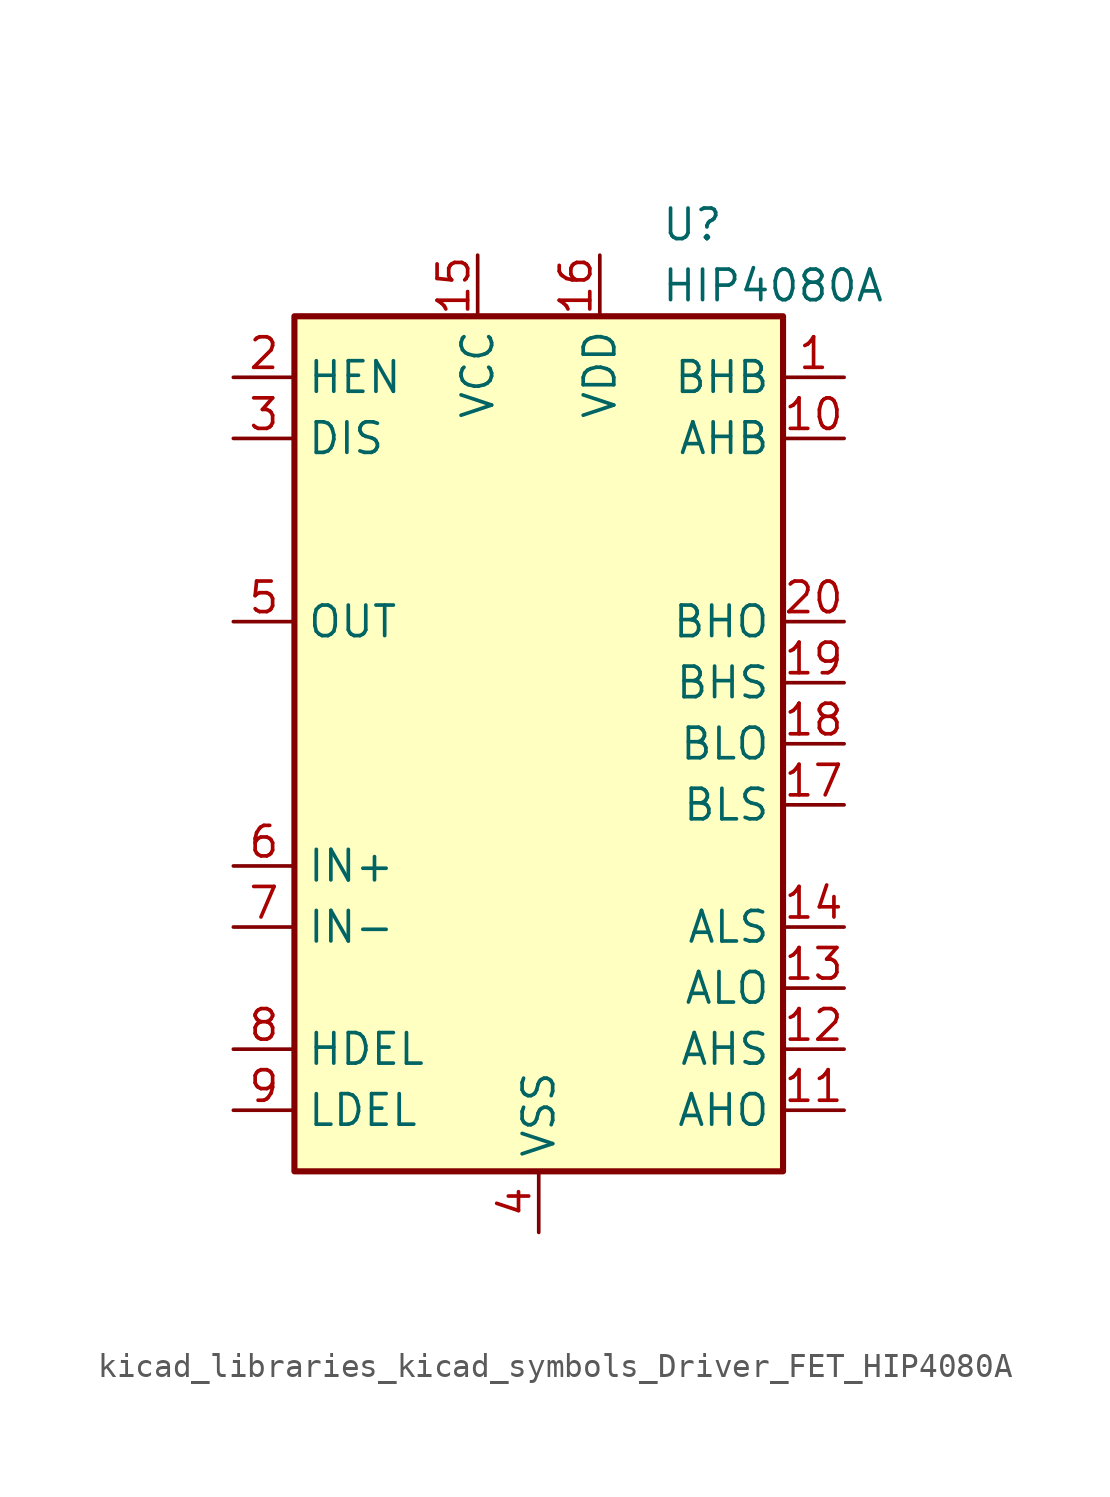
<source format=kicad_sym>
(kicad_symbol_lib
  (version 20220914)
  (generator kicad_symbol_editor)
  (symbol "kicad_libraries_kicad_symbols_Driver_FET_HIP4080A"
    (property "Reference" "U"
      (at 5.08 21.59 0)
      (effects (font (size 1.27 1.27)) (justify left)))
    (property "Value" "HIP4080A"
      (at 5.08 19.05 0)
      (effects (font (size 1.27 1.27)) (justify left)))
    (symbol "kicad_libraries_kicad_symbols_Driver_FET_HIP4080A_0_1"
      (rectangle (start -10.16 -17.78) (end 10.16 17.78) (stroke (width 0.254) (type default)) (fill (type background))))
    (symbol "kicad_libraries_kicad_symbols_Driver_FET_HIP4080A_1_1"
      (pin input line (at 12.7 15.24 180) (length 2.54) (name "BHB" (effects (font (size 1.27 1.27)))) (number "1" (effects (font (size 1.27 1.27)))))
      (pin input line (at 12.7 12.7 180) (length 2.54) (name "AHB" (effects (font (size 1.27 1.27)))) (number "10" (effects (font (size 1.27 1.27)))))
      (pin output line (at 12.7 -15.24 180) (length 2.54) (name "AHO" (effects (font (size 1.27 1.27)))) (number "11" (effects (font (size 1.27 1.27)))))
      (pin passive line (at 12.7 -12.7 180) (length 2.54) (name "AHS" (effects (font (size 1.27 1.27)))) (number "12" (effects (font (size 1.27 1.27)))))
      (pin output line (at 12.7 -10.16 180) (length 2.54) (name "ALO" (effects (font (size 1.27 1.27)))) (number "13" (effects (font (size 1.27 1.27)))))
      (pin passive line (at 12.7 -7.62 180) (length 2.54) (name "ALS" (effects (font (size 1.27 1.27)))) (number "14" (effects (font (size 1.27 1.27)))))
      (pin power_in line (at -2.54 20.32 270) (length 2.54) (name "VCC" (effects (font (size 1.27 1.27)))) (number "15" (effects (font (size 1.27 1.27)))))
      (pin power_in line (at 2.54 20.32 270) (length 2.54) (name "VDD" (effects (font (size 1.27 1.27)))) (number "16" (effects (font (size 1.27 1.27)))))
      (pin passive line (at 12.7 -2.54 180) (length 2.54) (name "BLS" (effects (font (size 1.27 1.27)))) (number "17" (effects (font (size 1.27 1.27)))))
      (pin output line (at 12.7 0 180) (length 2.54) (name "BLO" (effects (font (size 1.27 1.27)))) (number "18" (effects (font (size 1.27 1.27)))))
      (pin passive line (at 12.7 2.54 180) (length 2.54) (name "BHS" (effects (font (size 1.27 1.27)))) (number "19" (effects (font (size 1.27 1.27)))))
      (pin output line (at -12.7 15.24 0) (length 2.54) (name "HEN" (effects (font (size 1.27 1.27)))) (number "2" (effects (font (size 1.27 1.27)))))
      (pin output line (at 12.7 5.08 180) (length 2.54) (name "BHO" (effects (font (size 1.27 1.27)))) (number "20" (effects (font (size 1.27 1.27)))))
      (pin output line (at -12.7 12.7 0) (length 2.54) (name "DIS" (effects (font (size 1.27 1.27)))) (number "3" (effects (font (size 1.27 1.27)))))
      (pin power_in line (at 0 -20.32 90) (length 2.54) (name "VSS" (effects (font (size 1.27 1.27)))) (number "4" (effects (font (size 1.27 1.27)))))
      (pin output line (at -12.7 5.08 0) (length 2.54) (name "OUT" (effects (font (size 1.27 1.27)))) (number "5" (effects (font (size 1.27 1.27)))))
      (pin input line (at -12.7 -5.08 0) (length 2.54) (name "IN+" (effects (font (size 1.27 1.27)))) (number "6" (effects (font (size 1.27 1.27)))))
      (pin input line (at -12.7 -7.62 0) (length 2.54) (name "IN-" (effects (font (size 1.27 1.27)))) (number "7" (effects (font (size 1.27 1.27)))))
      (pin passive line (at -12.7 -12.7 0) (length 2.54) (name "HDEL" (effects (font (size 1.27 1.27)))) (number "8" (effects (font (size 1.27 1.27)))))
      (pin passive line (at -12.7 -15.24 0) (length 2.54) (name "LDEL" (effects (font (size 1.27 1.27)))) (number "9" (effects (font (size 1.27 1.27))))))))
</source>
